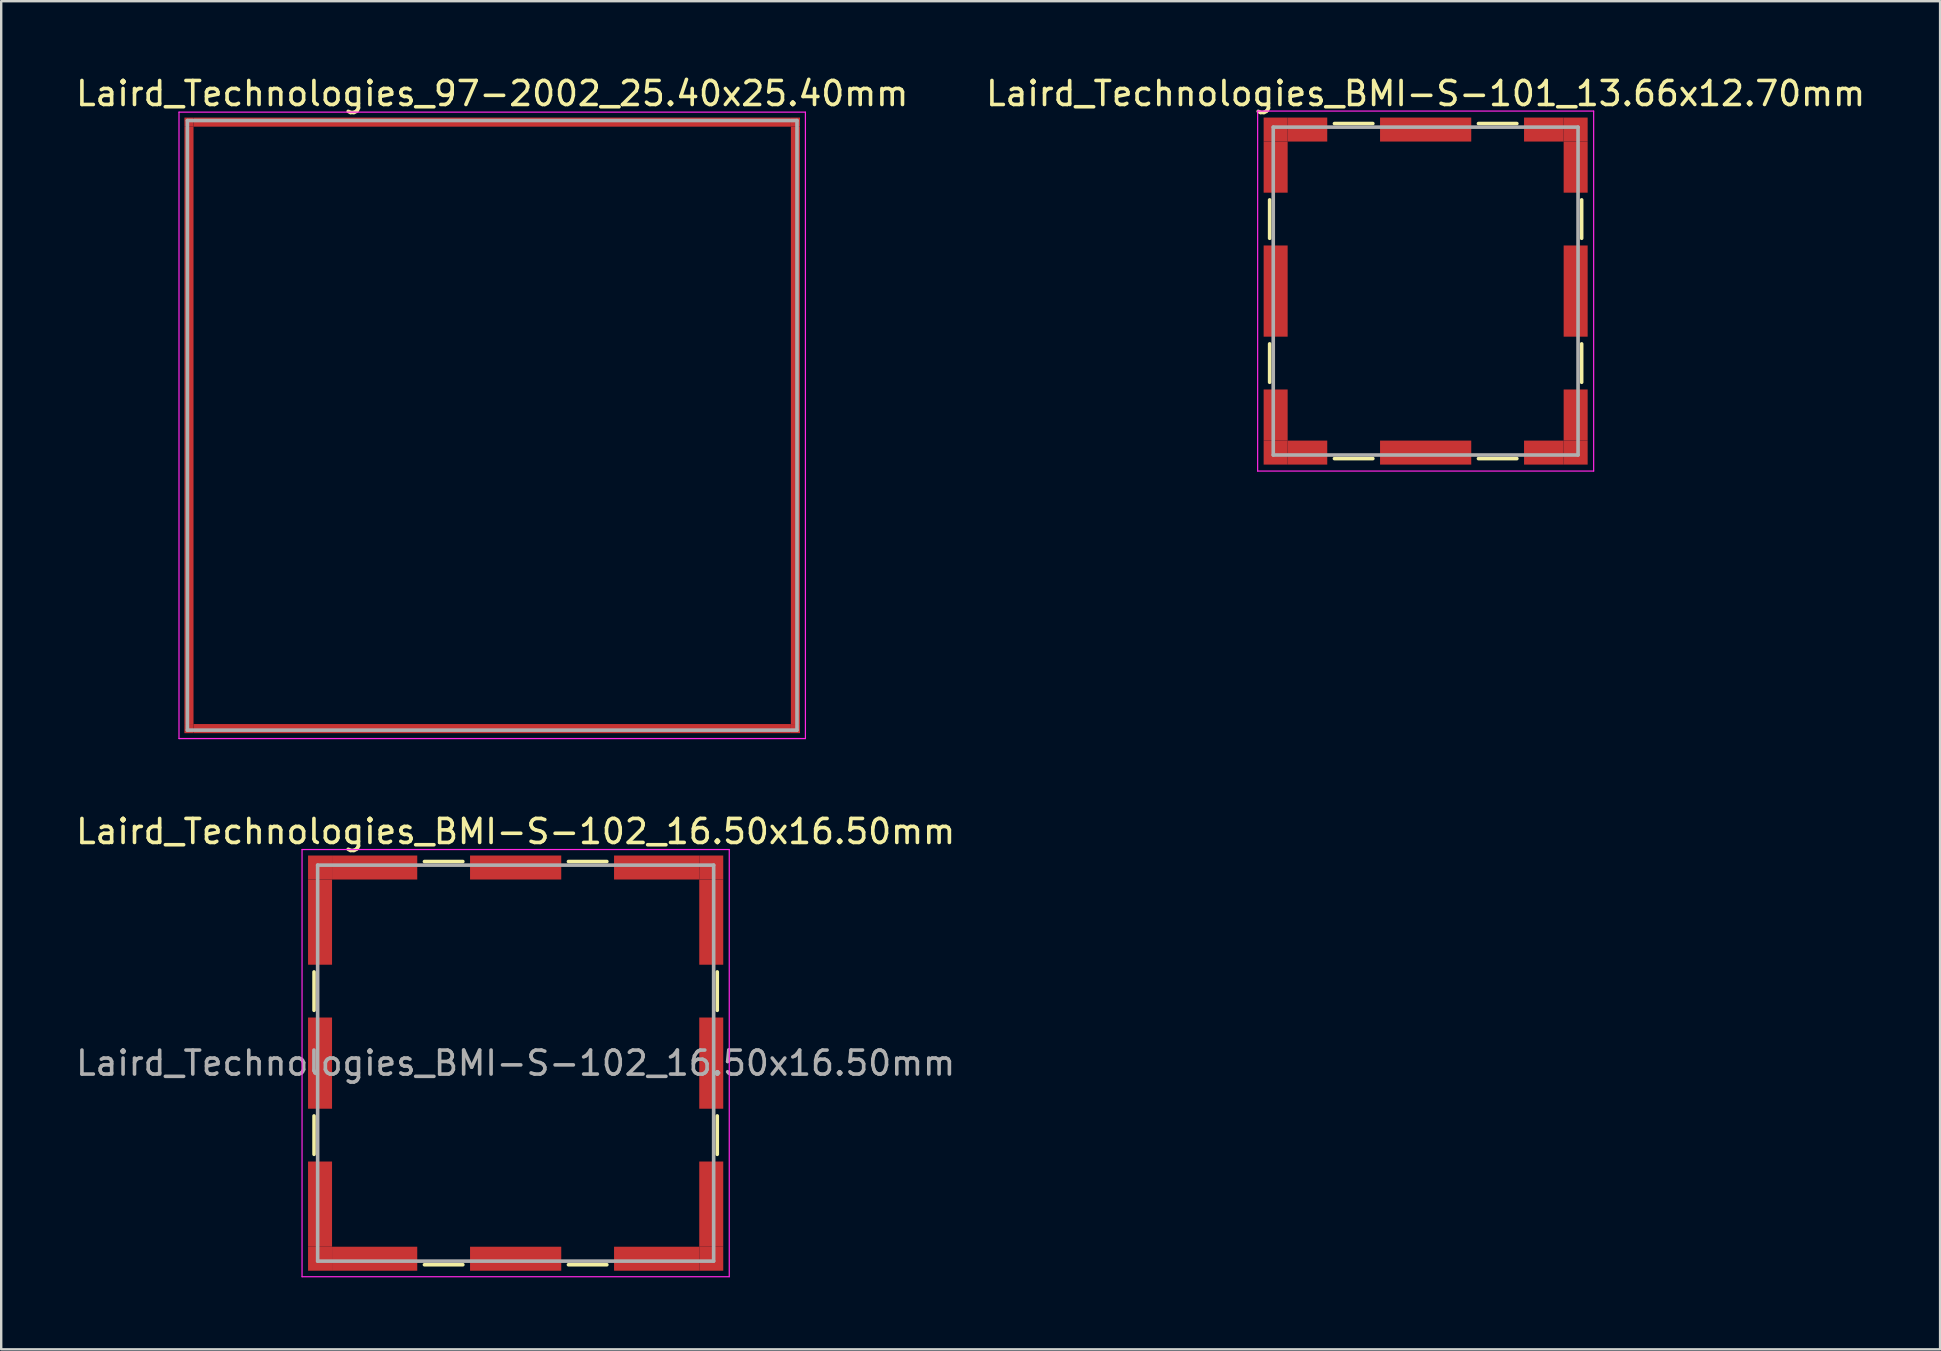
<source format=kicad_pcb>
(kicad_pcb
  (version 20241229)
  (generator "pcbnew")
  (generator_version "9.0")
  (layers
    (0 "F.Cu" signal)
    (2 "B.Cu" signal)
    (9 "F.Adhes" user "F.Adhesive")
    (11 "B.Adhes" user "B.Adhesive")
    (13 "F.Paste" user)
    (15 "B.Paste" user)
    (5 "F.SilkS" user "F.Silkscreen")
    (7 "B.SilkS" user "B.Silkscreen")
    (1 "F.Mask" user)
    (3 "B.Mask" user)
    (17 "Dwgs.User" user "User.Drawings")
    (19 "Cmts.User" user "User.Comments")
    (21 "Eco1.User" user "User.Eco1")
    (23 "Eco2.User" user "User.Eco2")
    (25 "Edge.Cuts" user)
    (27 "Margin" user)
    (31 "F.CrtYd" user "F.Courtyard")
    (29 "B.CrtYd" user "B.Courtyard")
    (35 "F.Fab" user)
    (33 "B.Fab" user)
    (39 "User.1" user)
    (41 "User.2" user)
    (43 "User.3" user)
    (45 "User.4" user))
  (footprint "Laird_Technologies_BMI-S-102_16.50x16.50mm"
    (layer "F.Cu")
    (at 18.435 41.246)
    (property "Reference" "Laird_Technologies_BMI-S-102_16.50x16.50mm" (at 0 -9.65 0) (layer "F.SilkS") (effects (font (size 1 1) (thickness 0.15))))
    (attr smd)
    (fp_line (start -8.4 -3.8) (end -8.4 -2.2) (stroke (width 0.15) (type solid)) (layer "F.SilkS"))
    (fp_line (start -8.4 2.2) (end -8.4 3.8) (stroke (width 0.15) (type solid)) (layer "F.SilkS"))
    (fp_line (start -3.8 -8.4) (end -2.2 -8.4) (stroke (width 0.15) (type solid)) (layer "F.SilkS"))
    (fp_line (start -3.8 8.4) (end -2.2 8.4) (stroke (width 0.15) (type solid)) (layer "F.SilkS"))
    (fp_line (start 2.2 -8.4) (end 3.8 -8.4) (stroke (width 0.15) (type solid)) (layer "F.SilkS"))
    (fp_line (start 2.2 8.4) (end 3.8 8.4) (stroke (width 0.15) (type solid)) (layer "F.SilkS"))
    (fp_line (start 8.4 -3.8) (end 8.4 -2.2) (stroke (width 0.15) (type solid)) (layer "F.SilkS"))
    (fp_line (start 8.4 2.2) (end 8.4 3.8) (stroke (width 0.15) (type solid)) (layer "F.SilkS"))
    (fp_line (start -8.9 -8.9) (end -8.9 8.9) (stroke (width 0.05) (type solid)) (layer "F.CrtYd"))
    (fp_line (start -8.9 8.9) (end 8.9 8.9) (stroke (width 0.05) (type solid)) (layer "F.CrtYd"))
    (fp_line (start 8.9 -8.9) (end -8.9 -8.9) (stroke (width 0.05) (type solid)) (layer "F.CrtYd"))
    (fp_line (start 8.9 8.9) (end 8.9 -8.9) (stroke (width 0.05) (type solid)) (layer "F.CrtYd"))
    (fp_line (start -8.25 -8.25) (end -8.25 8.25) (stroke (width 0.15) (type solid)) (layer "F.Fab"))
    (fp_line (start -8.25 8.25) (end 8.25 8.25) (stroke (width 0.15) (type solid)) (layer "F.Fab"))
    (fp_line (start 8.25 -8.25) (end -8.25 -8.25) (stroke (width 0.15) (type solid)) (layer "F.Fab"))
    (fp_line (start 8.25 8.25) (end 8.25 -8.25) (stroke (width 0.15) (type solid)) (layer "F.Fab"))
    (fp_text user "${REFERENCE}" (at 0 0 0) (layer "F.Fab") (effects (font (size 1 1) (thickness 0.15))))
    (pad "1" smd rect (at -8.15 -8.15) (size 1 1) (layers "F.Cu" "F.Mask"))
    (pad "1" smd rect (at -8.15 -5.875) (size 1 3.55) (layers "F.Cu" "F.Mask"))
    (pad "1" smd rect (at -8.15 0) (size 1 3.8) (layers "F.Cu" "F.Mask"))
    (pad "1" smd rect (at -8.15 5.875) (size 1 3.55) (layers "F.Cu" "F.Mask"))
    (pad "1" smd rect (at -8.15 8.15) (size 1 1) (layers "F.Cu" "F.Mask"))
    (pad "1" smd rect (at -5.875 -8.15) (size 3.55 1) (layers "F.Cu" "F.Mask"))
    (pad "1" smd rect (at -5.875 8.15) (size 3.55 1) (layers "F.Cu" "F.Mask"))
    (pad "1" smd rect (at 0 -8.15) (size 3.8 1) (layers "F.Cu" "F.Mask"))
    (pad "1" smd rect (at 0 8.15) (size 3.8 1) (layers "F.Cu" "F.Mask"))
    (pad "1" smd rect (at 5.875 -8.15) (size 3.55 1) (layers "F.Cu" "F.Mask"))
    (pad "1" smd rect (at 5.875 8.15) (size 3.55 1) (layers "F.Cu" "F.Mask"))
    (pad "1" smd rect (at 8.15 -8.15) (size 1 1) (layers "F.Cu" "F.Mask"))
    (pad "1" smd rect (at 8.15 -5.875) (size 1 3.55) (layers "F.Cu" "F.Mask"))
    (pad "1" smd rect (at 8.15 0) (size 1 3.8) (layers "F.Cu" "F.Mask"))
    (pad "1" smd rect (at 8.15 5.875) (size 1 3.55) (layers "F.Cu" "F.Mask"))
    (pad "1" smd rect (at 8.15 8.15) (size 1 1) (layers "F.Cu" "F.Mask")))
  (footprint "Laird_Technologies_BMI-S-101_13.66x12.70mm"
    (layer "F.Cu")
    (at 56.351 9.078)
    (property "Reference" "Laird_Technologies_BMI-S-101_13.66x12.70mm" (at 0 -8.23 0) (layer "F.SilkS") (effects (font (size 1 1) (thickness 0.15))))
    (attr smd)
    (fp_line (start -6.5 -3.8) (end -6.5 -2.2) (stroke (width 0.15) (type solid)) (layer "F.SilkS"))
    (fp_line (start -6.5 2.2) (end -6.5 3.8) (stroke (width 0.15) (type solid)) (layer "F.SilkS"))
    (fp_line (start -3.8 -6.98) (end -2.2 -6.98) (stroke (width 0.15) (type solid)) (layer "F.SilkS"))
    (fp_line (start -3.8 6.98) (end -2.2 6.98) (stroke (width 0.15) (type solid)) (layer "F.SilkS"))
    (fp_line (start 2.2 -6.98) (end 3.8 -6.98) (stroke (width 0.15) (type solid)) (layer "F.SilkS"))
    (fp_line (start 2.2 6.98) (end 3.8 6.98) (stroke (width 0.15) (type solid)) (layer "F.SilkS"))
    (fp_line (start 6.5 -3.8) (end 6.5 -2.2) (stroke (width 0.15) (type solid)) (layer "F.SilkS"))
    (fp_line (start 6.5 2.2) (end 6.5 3.8) (stroke (width 0.15) (type solid)) (layer "F.SilkS"))
    (fp_line (start -7 -7.5) (end -7 7.5) (stroke (width 0.05) (type solid)) (layer "F.CrtYd"))
    (fp_line (start -7 7.5) (end 7 7.5) (stroke (width 0.05) (type solid)) (layer "F.CrtYd"))
    (fp_line (start 7 -7.5) (end -7 -7.5) (stroke (width 0.05) (type solid)) (layer "F.CrtYd"))
    (fp_line (start 7 7.5) (end 7 -7.5) (stroke (width 0.05) (type solid)) (layer "F.CrtYd"))
    (fp_line (start -6.35 -6.83) (end -6.35 6.83) (stroke (width 0.15) (type solid)) (layer "F.Fab"))
    (fp_line (start -6.35 6.83) (end 6.35 6.83) (stroke (width 0.15) (type solid)) (layer "F.Fab"))
    (fp_line (start 6.35 -6.83) (end -6.35 -6.83) (stroke (width 0.15) (type solid)) (layer "F.Fab"))
    (fp_line (start 6.35 6.83) (end 6.35 -6.83) (stroke (width 0.15) (type solid)) (layer "F.Fab"))
    (pad "1" smd rect (at -6.25 -6.73) (size 1 1) (layers "F.Cu" "F.Mask"))
    (pad "1" smd rect (at -6.25 -5.165) (size 1 2.13) (layers "F.Cu" "F.Mask"))
    (pad "1" smd rect (at -6.25 0) (size 1 3.8) (layers "F.Cu" "F.Mask"))
    (pad "1" smd rect (at -6.25 5.165) (size 1 2.13) (layers "F.Cu" "F.Mask"))
    (pad "1" smd rect (at -6.25 6.73) (size 1 1) (layers "F.Cu" "F.Mask"))
    (pad "1" smd rect (at -4.925 -6.73) (size 1.65 1) (layers "F.Cu" "F.Mask"))
    (pad "1" smd rect (at -4.925 6.73) (size 1.65 1) (layers "F.Cu" "F.Mask"))
    (pad "1" smd rect (at 0 -6.73) (size 3.8 1) (layers "F.Cu" "F.Mask"))
    (pad "1" smd rect (at 0 6.73) (size 3.8 1) (layers "F.Cu" "F.Mask"))
    (pad "1" smd rect (at 4.925 -6.73) (size 1.65 1) (layers "F.Cu" "F.Mask"))
    (pad "1" smd rect (at 4.925 6.73) (size 1.65 1) (layers "F.Cu" "F.Mask"))
    (pad "1" smd rect (at 6.25 -6.73) (size 1 1) (layers "F.Cu" "F.Mask"))
    (pad "1" smd rect (at 6.25 -5.165) (size 1 2.13) (layers "F.Cu" "F.Mask"))
    (pad "1" smd rect (at 6.25 0) (size 1 3.8) (layers "F.Cu" "F.Mask"))
    (pad "1" smd rect (at 6.25 5.165) (size 1 2.13) (layers "F.Cu" "F.Mask"))
    (pad "1" smd rect (at 6.25 6.73) (size 1 1) (layers "F.Cu" "F.Mask")))
  (footprint "Laird_Technologies_97-2002_25.40x25.40mm"
    (layer "F.Cu")
    (at 17.458 14.673)
    (property "Reference" "Laird_Technologies_97-2002_25.40x25.40mm" (at 0 -13.825 0) (layer "F.SilkS") (effects (font (size 1 1) (thickness 0.15))))
    (attr smd)
    (fp_line (start -13.05 -13.05) (end -13.05 13.05) (stroke (width 0.05) (type solid)) (layer "F.CrtYd"))
    (fp_line (start -13.05 13.05) (end 13.05 13.05) (stroke (width 0.05) (type solid)) (layer "F.CrtYd"))
    (fp_line (start 13.05 -13.05) (end -13.05 -13.05) (stroke (width 0.05) (type solid)) (layer "F.CrtYd"))
    (fp_line (start 13.05 13.05) (end 13.05 -13.05) (stroke (width 0.05) (type solid)) (layer "F.CrtYd"))
    (fp_line (start -12.7 -12.7) (end -12.7 12.7) (stroke (width 0.15) (type solid)) (layer "F.Fab"))
    (fp_line (start -12.7 12.7) (end 12.7 12.7) (stroke (width 0.15) (type solid)) (layer "F.Fab"))
    (fp_line (start 12.7 -12.7) (end -12.7 -12.7) (stroke (width 0.15) (type solid)) (layer "F.Fab"))
    (fp_line (start 12.7 12.7) (end 12.7 -12.7) (stroke (width 0.15) (type solid)) (layer "F.Fab"))
    (pad "1" smd rect (at -12.635 -12.635) (size 0.38 0.38) (layers "F.Cu" "F.Mask"))
    (pad "1" smd rect (at -12.635 0) (size 0.38 24.89) (layers "F.Cu" "F.Mask"))
    (pad "1" smd rect (at -12.635 12.635) (size 0.38 0.38) (layers "F.Cu" "F.Mask"))
    (pad "1" smd rect (at 0 -12.635) (size 24.89 0.38) (layers "F.Cu" "F.Mask"))
    (pad "1" smd rect (at 0 12.635) (size 24.89 0.38) (layers "F.Cu" "F.Mask"))
    (pad "1" smd rect (at 12.635 -12.635) (size 0.38 0.38) (layers "F.Cu" "F.Mask"))
    (pad "1" smd rect (at 12.635 0) (size 0.38 24.89) (layers "F.Cu" "F.Mask"))
    (pad "1" smd rect (at 12.635 12.635) (size 0.38 0.38) (layers "F.Cu" "F.Mask")))
  (gr_rect
    (start -3 -3)
    (end 77.786 53.172)
    (stroke (width 0.1) (type default))
    (fill no)
    (layer "Edge.Cuts")))
</source>
